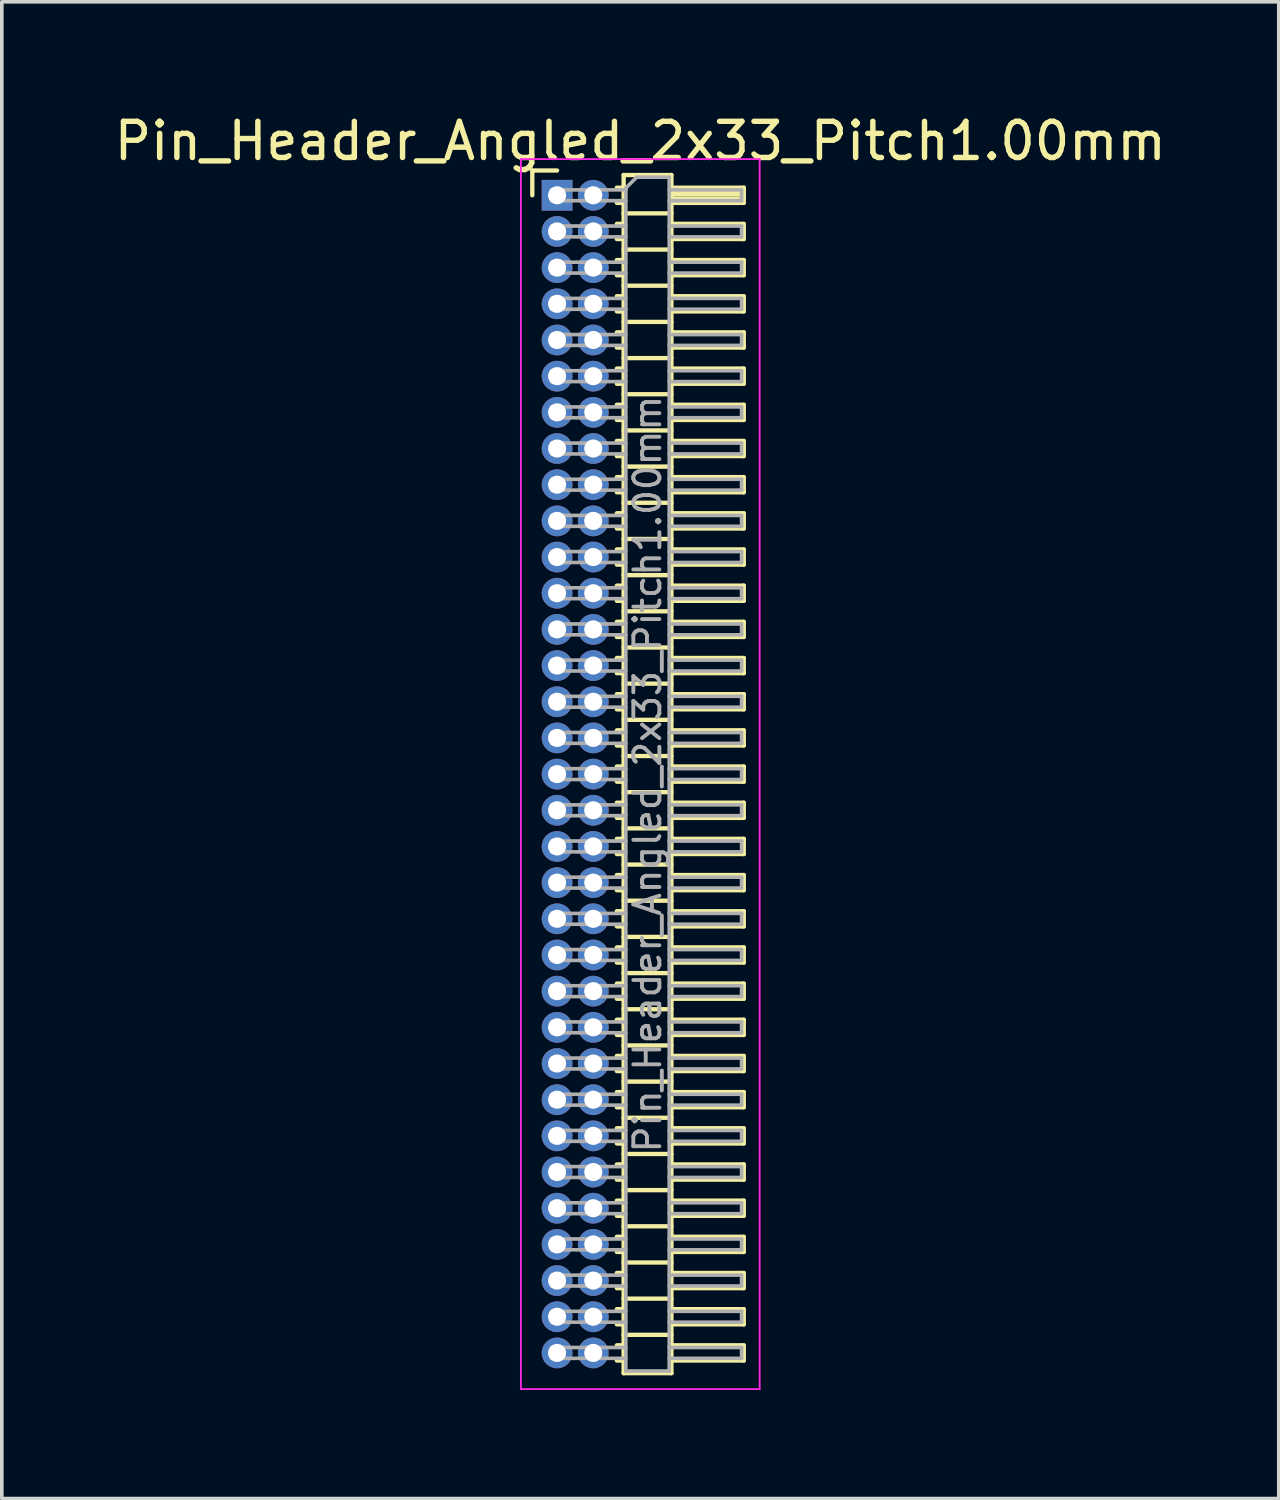
<source format=kicad_pcb>
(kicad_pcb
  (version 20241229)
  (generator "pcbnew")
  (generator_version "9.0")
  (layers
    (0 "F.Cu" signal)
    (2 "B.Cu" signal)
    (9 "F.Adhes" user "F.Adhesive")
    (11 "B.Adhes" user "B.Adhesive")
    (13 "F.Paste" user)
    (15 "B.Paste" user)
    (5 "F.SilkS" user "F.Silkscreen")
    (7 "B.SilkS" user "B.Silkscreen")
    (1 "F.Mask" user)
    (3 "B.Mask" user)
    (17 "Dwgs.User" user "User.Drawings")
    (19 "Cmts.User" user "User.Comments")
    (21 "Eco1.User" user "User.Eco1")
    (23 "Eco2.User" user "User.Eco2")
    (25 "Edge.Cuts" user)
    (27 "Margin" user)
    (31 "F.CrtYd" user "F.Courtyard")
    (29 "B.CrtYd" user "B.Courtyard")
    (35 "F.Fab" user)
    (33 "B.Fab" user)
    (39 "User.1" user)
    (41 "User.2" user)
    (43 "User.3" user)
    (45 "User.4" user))
  (footprint "Pin_Header_Angled_2x33_Pitch1.00mm"
    (layer "F.Cu")
    (at 12.349 2.348)
    (property "Reference" "Pin_Header_Angled_2x33_Pitch1.00mm" (at 2.3 -1.5 0) (layer "F.SilkS") (effects (font (size 1 1) (thickness 0.15))))
    (attr through_hole)
    (fp_line (start -0.685 -0.685) (end 0 -0.685) (stroke (width 0.12) (type solid)) (layer "F.SilkS"))
    (fp_line (start -0.685 0) (end -0.685 -0.685) (stroke (width 0.12) (type solid)) (layer "F.SilkS"))
    (fp_line (start 1.652 -0.21) (end 1.84 -0.21) (stroke (width 0.12) (type solid)) (layer "F.SilkS"))
    (fp_line (start 1.652 0.21) (end 1.84 0.21) (stroke (width 0.12) (type solid)) (layer "F.SilkS"))
    (fp_line (start 1.652 0.79) (end 1.84 0.79) (stroke (width 0.12) (type solid)) (layer "F.SilkS"))
    (fp_line (start 1.652 1.21) (end 1.84 1.21) (stroke (width 0.12) (type solid)) (layer "F.SilkS"))
    (fp_line (start 1.652 1.79) (end 1.84 1.79) (stroke (width 0.12) (type solid)) (layer "F.SilkS"))
    (fp_line (start 1.652 2.21) (end 1.84 2.21) (stroke (width 0.12) (type solid)) (layer "F.SilkS"))
    (fp_line (start 1.652 2.79) (end 1.84 2.79) (stroke (width 0.12) (type solid)) (layer "F.SilkS"))
    (fp_line (start 1.652 3.21) (end 1.84 3.21) (stroke (width 0.12) (type solid)) (layer "F.SilkS"))
    (fp_line (start 1.652 3.79) (end 1.84 3.79) (stroke (width 0.12) (type solid)) (layer "F.SilkS"))
    (fp_line (start 1.652 4.21) (end 1.84 4.21) (stroke (width 0.12) (type solid)) (layer "F.SilkS"))
    (fp_line (start 1.652 4.79) (end 1.84 4.79) (stroke (width 0.12) (type solid)) (layer "F.SilkS"))
    (fp_line (start 1.652 5.21) (end 1.84 5.21) (stroke (width 0.12) (type solid)) (layer "F.SilkS"))
    (fp_line (start 1.652 5.79) (end 1.84 5.79) (stroke (width 0.12) (type solid)) (layer "F.SilkS"))
    (fp_line (start 1.652 6.21) (end 1.84 6.21) (stroke (width 0.12) (type solid)) (layer "F.SilkS"))
    (fp_line (start 1.652 6.79) (end 1.84 6.79) (stroke (width 0.12) (type solid)) (layer "F.SilkS"))
    (fp_line (start 1.652 7.21) (end 1.84 7.21) (stroke (width 0.12) (type solid)) (layer "F.SilkS"))
    (fp_line (start 1.652 7.79) (end 1.84 7.79) (stroke (width 0.12) (type solid)) (layer "F.SilkS"))
    (fp_line (start 1.652 8.21) (end 1.84 8.21) (stroke (width 0.12) (type solid)) (layer "F.SilkS"))
    (fp_line (start 1.652 8.79) (end 1.84 8.79) (stroke (width 0.12) (type solid)) (layer "F.SilkS"))
    (fp_line (start 1.652 9.21) (end 1.84 9.21) (stroke (width 0.12) (type solid)) (layer "F.SilkS"))
    (fp_line (start 1.652 9.79) (end 1.84 9.79) (stroke (width 0.12) (type solid)) (layer "F.SilkS"))
    (fp_line (start 1.652 10.21) (end 1.84 10.21) (stroke (width 0.12) (type solid)) (layer "F.SilkS"))
    (fp_line (start 1.652 10.79) (end 1.84 10.79) (stroke (width 0.12) (type solid)) (layer "F.SilkS"))
    (fp_line (start 1.652 11.21) (end 1.84 11.21) (stroke (width 0.12) (type solid)) (layer "F.SilkS"))
    (fp_line (start 1.652 11.79) (end 1.84 11.79) (stroke (width 0.12) (type solid)) (layer "F.SilkS"))
    (fp_line (start 1.652 12.21) (end 1.84 12.21) (stroke (width 0.12) (type solid)) (layer "F.SilkS"))
    (fp_line (start 1.652 12.79) (end 1.84 12.79) (stroke (width 0.12) (type solid)) (layer "F.SilkS"))
    (fp_line (start 1.652 13.21) (end 1.84 13.21) (stroke (width 0.12) (type solid)) (layer "F.SilkS"))
    (fp_line (start 1.652 13.79) (end 1.84 13.79) (stroke (width 0.12) (type solid)) (layer "F.SilkS"))
    (fp_line (start 1.652 14.21) (end 1.84 14.21) (stroke (width 0.12) (type solid)) (layer "F.SilkS"))
    (fp_line (start 1.652 14.79) (end 1.84 14.79) (stroke (width 0.12) (type solid)) (layer "F.SilkS"))
    (fp_line (start 1.652 15.21) (end 1.84 15.21) (stroke (width 0.12) (type solid)) (layer "F.SilkS"))
    (fp_line (start 1.652 15.79) (end 1.84 15.79) (stroke (width 0.12) (type solid)) (layer "F.SilkS"))
    (fp_line (start 1.652 16.21) (end 1.84 16.21) (stroke (width 0.12) (type solid)) (layer "F.SilkS"))
    (fp_line (start 1.652 16.79) (end 1.84 16.79) (stroke (width 0.12) (type solid)) (layer "F.SilkS"))
    (fp_line (start 1.652 17.21) (end 1.84 17.21) (stroke (width 0.12) (type solid)) (layer "F.SilkS"))
    (fp_line (start 1.652 17.79) (end 1.84 17.79) (stroke (width 0.12) (type solid)) (layer "F.SilkS"))
    (fp_line (start 1.652 18.21) (end 1.84 18.21) (stroke (width 0.12) (type solid)) (layer "F.SilkS"))
    (fp_line (start 1.652 18.79) (end 1.84 18.79) (stroke (width 0.12) (type solid)) (layer "F.SilkS"))
    (fp_line (start 1.652 19.21) (end 1.84 19.21) (stroke (width 0.12) (type solid)) (layer "F.SilkS"))
    (fp_line (start 1.652 19.79) (end 1.84 19.79) (stroke (width 0.12) (type solid)) (layer "F.SilkS"))
    (fp_line (start 1.652 20.21) (end 1.84 20.21) (stroke (width 0.12) (type solid)) (layer "F.SilkS"))
    (fp_line (start 1.652 20.79) (end 1.84 20.79) (stroke (width 0.12) (type solid)) (layer "F.SilkS"))
    (fp_line (start 1.652 21.21) (end 1.84 21.21) (stroke (width 0.12) (type solid)) (layer "F.SilkS"))
    (fp_line (start 1.652 21.79) (end 1.84 21.79) (stroke (width 0.12) (type solid)) (layer "F.SilkS"))
    (fp_line (start 1.652 22.21) (end 1.84 22.21) (stroke (width 0.12) (type solid)) (layer "F.SilkS"))
    (fp_line (start 1.652 22.79) (end 1.84 22.79) (stroke (width 0.12) (type solid)) (layer "F.SilkS"))
    (fp_line (start 1.652 23.21) (end 1.84 23.21) (stroke (width 0.12) (type solid)) (layer "F.SilkS"))
    (fp_line (start 1.652 23.79) (end 1.84 23.79) (stroke (width 0.12) (type solid)) (layer "F.SilkS"))
    (fp_line (start 1.652 24.21) (end 1.84 24.21) (stroke (width 0.12) (type solid)) (layer "F.SilkS"))
    (fp_line (start 1.652 24.79) (end 1.84 24.79) (stroke (width 0.12) (type solid)) (layer "F.SilkS"))
    (fp_line (start 1.652 25.21) (end 1.84 25.21) (stroke (width 0.12) (type solid)) (layer "F.SilkS"))
    (fp_line (start 1.652 25.79) (end 1.84 25.79) (stroke (width 0.12) (type solid)) (layer "F.SilkS"))
    (fp_line (start 1.652 26.21) (end 1.84 26.21) (stroke (width 0.12) (type solid)) (layer "F.SilkS"))
    (fp_line (start 1.652 26.79) (end 1.84 26.79) (stroke (width 0.12) (type solid)) (layer "F.SilkS"))
    (fp_line (start 1.652 27.21) (end 1.84 27.21) (stroke (width 0.12) (type solid)) (layer "F.SilkS"))
    (fp_line (start 1.652 27.79) (end 1.84 27.79) (stroke (width 0.12) (type solid)) (layer "F.SilkS"))
    (fp_line (start 1.652 28.21) (end 1.84 28.21) (stroke (width 0.12) (type solid)) (layer "F.SilkS"))
    (fp_line (start 1.652 28.79) (end 1.84 28.79) (stroke (width 0.12) (type solid)) (layer "F.SilkS"))
    (fp_line (start 1.652 29.21) (end 1.84 29.21) (stroke (width 0.12) (type solid)) (layer "F.SilkS"))
    (fp_line (start 1.652 29.79) (end 1.84 29.79) (stroke (width 0.12) (type solid)) (layer "F.SilkS"))
    (fp_line (start 1.652 30.21) (end 1.84 30.21) (stroke (width 0.12) (type solid)) (layer "F.SilkS"))
    (fp_line (start 1.652 30.79) (end 1.84 30.79) (stroke (width 0.12) (type solid)) (layer "F.SilkS"))
    (fp_line (start 1.652 31.21) (end 1.84 31.21) (stroke (width 0.12) (type solid)) (layer "F.SilkS"))
    (fp_line (start 1.652 31.79) (end 1.84 31.79) (stroke (width 0.12) (type solid)) (layer "F.SilkS"))
    (fp_line (start 1.652 32.21) (end 1.84 32.21) (stroke (width 0.12) (type solid)) (layer "F.SilkS"))
    (fp_line (start 1.84 -0.56) (end 1.84 32.56) (stroke (width 0.12) (type solid)) (layer "F.SilkS"))
    (fp_line (start 1.84 0.5) (end 3.16 0.5) (stroke (width 0.12) (type solid)) (layer "F.SilkS"))
    (fp_line (start 1.84 1.5) (end 3.16 1.5) (stroke (width 0.12) (type solid)) (layer "F.SilkS"))
    (fp_line (start 1.84 2.5) (end 3.16 2.5) (stroke (width 0.12) (type solid)) (layer "F.SilkS"))
    (fp_line (start 1.84 3.5) (end 3.16 3.5) (stroke (width 0.12) (type solid)) (layer "F.SilkS"))
    (fp_line (start 1.84 4.5) (end 3.16 4.5) (stroke (width 0.12) (type solid)) (layer "F.SilkS"))
    (fp_line (start 1.84 5.5) (end 3.16 5.5) (stroke (width 0.12) (type solid)) (layer "F.SilkS"))
    (fp_line (start 1.84 6.5) (end 3.16 6.5) (stroke (width 0.12) (type solid)) (layer "F.SilkS"))
    (fp_line (start 1.84 7.5) (end 3.16 7.5) (stroke (width 0.12) (type solid)) (layer "F.SilkS"))
    (fp_line (start 1.84 8.5) (end 3.16 8.5) (stroke (width 0.12) (type solid)) (layer "F.SilkS"))
    (fp_line (start 1.84 9.5) (end 3.16 9.5) (stroke (width 0.12) (type solid)) (layer "F.SilkS"))
    (fp_line (start 1.84 10.5) (end 3.16 10.5) (stroke (width 0.12) (type solid)) (layer "F.SilkS"))
    (fp_line (start 1.84 11.5) (end 3.16 11.5) (stroke (width 0.12) (type solid)) (layer "F.SilkS"))
    (fp_line (start 1.84 12.5) (end 3.16 12.5) (stroke (width 0.12) (type solid)) (layer "F.SilkS"))
    (fp_line (start 1.84 13.5) (end 3.16 13.5) (stroke (width 0.12) (type solid)) (layer "F.SilkS"))
    (fp_line (start 1.84 14.5) (end 3.16 14.5) (stroke (width 0.12) (type solid)) (layer "F.SilkS"))
    (fp_line (start 1.84 15.5) (end 3.16 15.5) (stroke (width 0.12) (type solid)) (layer "F.SilkS"))
    (fp_line (start 1.84 16.5) (end 3.16 16.5) (stroke (width 0.12) (type solid)) (layer "F.SilkS"))
    (fp_line (start 1.84 17.5) (end 3.16 17.5) (stroke (width 0.12) (type solid)) (layer "F.SilkS"))
    (fp_line (start 1.84 18.5) (end 3.16 18.5) (stroke (width 0.12) (type solid)) (layer "F.SilkS"))
    (fp_line (start 1.84 19.5) (end 3.16 19.5) (stroke (width 0.12) (type solid)) (layer "F.SilkS"))
    (fp_line (start 1.84 20.5) (end 3.16 20.5) (stroke (width 0.12) (type solid)) (layer "F.SilkS"))
    (fp_line (start 1.84 21.5) (end 3.16 21.5) (stroke (width 0.12) (type solid)) (layer "F.SilkS"))
    (fp_line (start 1.84 22.5) (end 3.16 22.5) (stroke (width 0.12) (type solid)) (layer "F.SilkS"))
    (fp_line (start 1.84 23.5) (end 3.16 23.5) (stroke (width 0.12) (type solid)) (layer "F.SilkS"))
    (fp_line (start 1.84 24.5) (end 3.16 24.5) (stroke (width 0.12) (type solid)) (layer "F.SilkS"))
    (fp_line (start 1.84 25.5) (end 3.16 25.5) (stroke (width 0.12) (type solid)) (layer "F.SilkS"))
    (fp_line (start 1.84 26.5) (end 3.16 26.5) (stroke (width 0.12) (type solid)) (layer "F.SilkS"))
    (fp_line (start 1.84 27.5) (end 3.16 27.5) (stroke (width 0.12) (type solid)) (layer "F.SilkS"))
    (fp_line (start 1.84 28.5) (end 3.16 28.5) (stroke (width 0.12) (type solid)) (layer "F.SilkS"))
    (fp_line (start 1.84 29.5) (end 3.16 29.5) (stroke (width 0.12) (type solid)) (layer "F.SilkS"))
    (fp_line (start 1.84 30.5) (end 3.16 30.5) (stroke (width 0.12) (type solid)) (layer "F.SilkS"))
    (fp_line (start 1.84 31.5) (end 3.16 31.5) (stroke (width 0.12) (type solid)) (layer "F.SilkS"))
    (fp_line (start 1.84 32.56) (end 3.16 32.56) (stroke (width 0.12) (type solid)) (layer "F.SilkS"))
    (fp_line (start 3.16 -0.56) (end 1.84 -0.56) (stroke (width 0.12) (type solid)) (layer "F.SilkS"))
    (fp_line (start 3.16 -0.21) (end 5.16 -0.21) (stroke (width 0.12) (type solid)) (layer "F.SilkS"))
    (fp_line (start 3.16 -0.15) (end 5.16 -0.15) (stroke (width 0.12) (type solid)) (layer "F.SilkS"))
    (fp_line (start 3.16 -0.03) (end 5.16 -0.03) (stroke (width 0.12) (type solid)) (layer "F.SilkS"))
    (fp_line (start 3.16 0.09) (end 5.16 0.09) (stroke (width 0.12) (type solid)) (layer "F.SilkS"))
    (fp_line (start 3.16 0.79) (end 5.16 0.79) (stroke (width 0.12) (type solid)) (layer "F.SilkS"))
    (fp_line (start 3.16 1.79) (end 5.16 1.79) (stroke (width 0.12) (type solid)) (layer "F.SilkS"))
    (fp_line (start 3.16 2.79) (end 5.16 2.79) (stroke (width 0.12) (type solid)) (layer "F.SilkS"))
    (fp_line (start 3.16 3.79) (end 5.16 3.79) (stroke (width 0.12) (type solid)) (layer "F.SilkS"))
    (fp_line (start 3.16 4.79) (end 5.16 4.79) (stroke (width 0.12) (type solid)) (layer "F.SilkS"))
    (fp_line (start 3.16 5.79) (end 5.16 5.79) (stroke (width 0.12) (type solid)) (layer "F.SilkS"))
    (fp_line (start 3.16 6.79) (end 5.16 6.79) (stroke (width 0.12) (type solid)) (layer "F.SilkS"))
    (fp_line (start 3.16 7.79) (end 5.16 7.79) (stroke (width 0.12) (type solid)) (layer "F.SilkS"))
    (fp_line (start 3.16 8.79) (end 5.16 8.79) (stroke (width 0.12) (type solid)) (layer "F.SilkS"))
    (fp_line (start 3.16 9.79) (end 5.16 9.79) (stroke (width 0.12) (type solid)) (layer "F.SilkS"))
    (fp_line (start 3.16 10.79) (end 5.16 10.79) (stroke (width 0.12) (type solid)) (layer "F.SilkS"))
    (fp_line (start 3.16 11.79) (end 5.16 11.79) (stroke (width 0.12) (type solid)) (layer "F.SilkS"))
    (fp_line (start 3.16 12.79) (end 5.16 12.79) (stroke (width 0.12) (type solid)) (layer "F.SilkS"))
    (fp_line (start 3.16 13.79) (end 5.16 13.79) (stroke (width 0.12) (type solid)) (layer "F.SilkS"))
    (fp_line (start 3.16 14.79) (end 5.16 14.79) (stroke (width 0.12) (type solid)) (layer "F.SilkS"))
    (fp_line (start 3.16 15.79) (end 5.16 15.79) (stroke (width 0.12) (type solid)) (layer "F.SilkS"))
    (fp_line (start 3.16 16.79) (end 5.16 16.79) (stroke (width 0.12) (type solid)) (layer "F.SilkS"))
    (fp_line (start 3.16 17.79) (end 5.16 17.79) (stroke (width 0.12) (type solid)) (layer "F.SilkS"))
    (fp_line (start 3.16 18.79) (end 5.16 18.79) (stroke (width 0.12) (type solid)) (layer "F.SilkS"))
    (fp_line (start 3.16 19.79) (end 5.16 19.79) (stroke (width 0.12) (type solid)) (layer "F.SilkS"))
    (fp_line (start 3.16 20.79) (end 5.16 20.79) (stroke (width 0.12) (type solid)) (layer "F.SilkS"))
    (fp_line (start 3.16 21.79) (end 5.16 21.79) (stroke (width 0.12) (type solid)) (layer "F.SilkS"))
    (fp_line (start 3.16 22.79) (end 5.16 22.79) (stroke (width 0.12) (type solid)) (layer "F.SilkS"))
    (fp_line (start 3.16 23.79) (end 5.16 23.79) (stroke (width 0.12) (type solid)) (layer "F.SilkS"))
    (fp_line (start 3.16 24.79) (end 5.16 24.79) (stroke (width 0.12) (type solid)) (layer "F.SilkS"))
    (fp_line (start 3.16 25.79) (end 5.16 25.79) (stroke (width 0.12) (type solid)) (layer "F.SilkS"))
    (fp_line (start 3.16 26.79) (end 5.16 26.79) (stroke (width 0.12) (type solid)) (layer "F.SilkS"))
    (fp_line (start 3.16 27.79) (end 5.16 27.79) (stroke (width 0.12) (type solid)) (layer "F.SilkS"))
    (fp_line (start 3.16 28.79) (end 5.16 28.79) (stroke (width 0.12) (type solid)) (layer "F.SilkS"))
    (fp_line (start 3.16 29.79) (end 5.16 29.79) (stroke (width 0.12) (type solid)) (layer "F.SilkS"))
    (fp_line (start 3.16 30.79) (end 5.16 30.79) (stroke (width 0.12) (type solid)) (layer "F.SilkS"))
    (fp_line (start 3.16 31.79) (end 5.16 31.79) (stroke (width 0.12) (type solid)) (layer "F.SilkS"))
    (fp_line (start 3.16 32.56) (end 3.16 -0.56) (stroke (width 0.12) (type solid)) (layer "F.SilkS"))
    (fp_line (start 5.16 -0.21) (end 5.16 0.21) (stroke (width 0.12) (type solid)) (layer "F.SilkS"))
    (fp_line (start 5.16 0.21) (end 3.16 0.21) (stroke (width 0.12) (type solid)) (layer "F.SilkS"))
    (fp_line (start 5.16 0.79) (end 5.16 1.21) (stroke (width 0.12) (type solid)) (layer "F.SilkS"))
    (fp_line (start 5.16 1.21) (end 3.16 1.21) (stroke (width 0.12) (type solid)) (layer "F.SilkS"))
    (fp_line (start 5.16 1.79) (end 5.16 2.21) (stroke (width 0.12) (type solid)) (layer "F.SilkS"))
    (fp_line (start 5.16 2.21) (end 3.16 2.21) (stroke (width 0.12) (type solid)) (layer "F.SilkS"))
    (fp_line (start 5.16 2.79) (end 5.16 3.21) (stroke (width 0.12) (type solid)) (layer "F.SilkS"))
    (fp_line (start 5.16 3.21) (end 3.16 3.21) (stroke (width 0.12) (type solid)) (layer "F.SilkS"))
    (fp_line (start 5.16 3.79) (end 5.16 4.21) (stroke (width 0.12) (type solid)) (layer "F.SilkS"))
    (fp_line (start 5.16 4.21) (end 3.16 4.21) (stroke (width 0.12) (type solid)) (layer "F.SilkS"))
    (fp_line (start 5.16 4.79) (end 5.16 5.21) (stroke (width 0.12) (type solid)) (layer "F.SilkS"))
    (fp_line (start 5.16 5.21) (end 3.16 5.21) (stroke (width 0.12) (type solid)) (layer "F.SilkS"))
    (fp_line (start 5.16 5.79) (end 5.16 6.21) (stroke (width 0.12) (type solid)) (layer "F.SilkS"))
    (fp_line (start 5.16 6.21) (end 3.16 6.21) (stroke (width 0.12) (type solid)) (layer "F.SilkS"))
    (fp_line (start 5.16 6.79) (end 5.16 7.21) (stroke (width 0.12) (type solid)) (layer "F.SilkS"))
    (fp_line (start 5.16 7.21) (end 3.16 7.21) (stroke (width 0.12) (type solid)) (layer "F.SilkS"))
    (fp_line (start 5.16 7.79) (end 5.16 8.21) (stroke (width 0.12) (type solid)) (layer "F.SilkS"))
    (fp_line (start 5.16 8.21) (end 3.16 8.21) (stroke (width 0.12) (type solid)) (layer "F.SilkS"))
    (fp_line (start 5.16 8.79) (end 5.16 9.21) (stroke (width 0.12) (type solid)) (layer "F.SilkS"))
    (fp_line (start 5.16 9.21) (end 3.16 9.21) (stroke (width 0.12) (type solid)) (layer "F.SilkS"))
    (fp_line (start 5.16 9.79) (end 5.16 10.21) (stroke (width 0.12) (type solid)) (layer "F.SilkS"))
    (fp_line (start 5.16 10.21) (end 3.16 10.21) (stroke (width 0.12) (type solid)) (layer "F.SilkS"))
    (fp_line (start 5.16 10.79) (end 5.16 11.21) (stroke (width 0.12) (type solid)) (layer "F.SilkS"))
    (fp_line (start 5.16 11.21) (end 3.16 11.21) (stroke (width 0.12) (type solid)) (layer "F.SilkS"))
    (fp_line (start 5.16 11.79) (end 5.16 12.21) (stroke (width 0.12) (type solid)) (layer "F.SilkS"))
    (fp_line (start 5.16 12.21) (end 3.16 12.21) (stroke (width 0.12) (type solid)) (layer "F.SilkS"))
    (fp_line (start 5.16 12.79) (end 5.16 13.21) (stroke (width 0.12) (type solid)) (layer "F.SilkS"))
    (fp_line (start 5.16 13.21) (end 3.16 13.21) (stroke (width 0.12) (type solid)) (layer "F.SilkS"))
    (fp_line (start 5.16 13.79) (end 5.16 14.21) (stroke (width 0.12) (type solid)) (layer "F.SilkS"))
    (fp_line (start 5.16 14.21) (end 3.16 14.21) (stroke (width 0.12) (type solid)) (layer "F.SilkS"))
    (fp_line (start 5.16 14.79) (end 5.16 15.21) (stroke (width 0.12) (type solid)) (layer "F.SilkS"))
    (fp_line (start 5.16 15.21) (end 3.16 15.21) (stroke (width 0.12) (type solid)) (layer "F.SilkS"))
    (fp_line (start 5.16 15.79) (end 5.16 16.21) (stroke (width 0.12) (type solid)) (layer "F.SilkS"))
    (fp_line (start 5.16 16.21) (end 3.16 16.21) (stroke (width 0.12) (type solid)) (layer "F.SilkS"))
    (fp_line (start 5.16 16.79) (end 5.16 17.21) (stroke (width 0.12) (type solid)) (layer "F.SilkS"))
    (fp_line (start 5.16 17.21) (end 3.16 17.21) (stroke (width 0.12) (type solid)) (layer "F.SilkS"))
    (fp_line (start 5.16 17.79) (end 5.16 18.21) (stroke (width 0.12) (type solid)) (layer "F.SilkS"))
    (fp_line (start 5.16 18.21) (end 3.16 18.21) (stroke (width 0.12) (type solid)) (layer "F.SilkS"))
    (fp_line (start 5.16 18.79) (end 5.16 19.21) (stroke (width 0.12) (type solid)) (layer "F.SilkS"))
    (fp_line (start 5.16 19.21) (end 3.16 19.21) (stroke (width 0.12) (type solid)) (layer "F.SilkS"))
    (fp_line (start 5.16 19.79) (end 5.16 20.21) (stroke (width 0.12) (type solid)) (layer "F.SilkS"))
    (fp_line (start 5.16 20.21) (end 3.16 20.21) (stroke (width 0.12) (type solid)) (layer "F.SilkS"))
    (fp_line (start 5.16 20.79) (end 5.16 21.21) (stroke (width 0.12) (type solid)) (layer "F.SilkS"))
    (fp_line (start 5.16 21.21) (end 3.16 21.21) (stroke (width 0.12) (type solid)) (layer "F.SilkS"))
    (fp_line (start 5.16 21.79) (end 5.16 22.21) (stroke (width 0.12) (type solid)) (layer "F.SilkS"))
    (fp_line (start 5.16 22.21) (end 3.16 22.21) (stroke (width 0.12) (type solid)) (layer "F.SilkS"))
    (fp_line (start 5.16 22.79) (end 5.16 23.21) (stroke (width 0.12) (type solid)) (layer "F.SilkS"))
    (fp_line (start 5.16 23.21) (end 3.16 23.21) (stroke (width 0.12) (type solid)) (layer "F.SilkS"))
    (fp_line (start 5.16 23.79) (end 5.16 24.21) (stroke (width 0.12) (type solid)) (layer "F.SilkS"))
    (fp_line (start 5.16 24.21) (end 3.16 24.21) (stroke (width 0.12) (type solid)) (layer "F.SilkS"))
    (fp_line (start 5.16 24.79) (end 5.16 25.21) (stroke (width 0.12) (type solid)) (layer "F.SilkS"))
    (fp_line (start 5.16 25.21) (end 3.16 25.21) (stroke (width 0.12) (type solid)) (layer "F.SilkS"))
    (fp_line (start 5.16 25.79) (end 5.16 26.21) (stroke (width 0.12) (type solid)) (layer "F.SilkS"))
    (fp_line (start 5.16 26.21) (end 3.16 26.21) (stroke (width 0.12) (type solid)) (layer "F.SilkS"))
    (fp_line (start 5.16 26.79) (end 5.16 27.21) (stroke (width 0.12) (type solid)) (layer "F.SilkS"))
    (fp_line (start 5.16 27.21) (end 3.16 27.21) (stroke (width 0.12) (type solid)) (layer "F.SilkS"))
    (fp_line (start 5.16 27.79) (end 5.16 28.21) (stroke (width 0.12) (type solid)) (layer "F.SilkS"))
    (fp_line (start 5.16 28.21) (end 3.16 28.21) (stroke (width 0.12) (type solid)) (layer "F.SilkS"))
    (fp_line (start 5.16 28.79) (end 5.16 29.21) (stroke (width 0.12) (type solid)) (layer "F.SilkS"))
    (fp_line (start 5.16 29.21) (end 3.16 29.21) (stroke (width 0.12) (type solid)) (layer "F.SilkS"))
    (fp_line (start 5.16 29.79) (end 5.16 30.21) (stroke (width 0.12) (type solid)) (layer "F.SilkS"))
    (fp_line (start 5.16 30.21) (end 3.16 30.21) (stroke (width 0.12) (type solid)) (layer "F.SilkS"))
    (fp_line (start 5.16 30.79) (end 5.16 31.21) (stroke (width 0.12) (type solid)) (layer "F.SilkS"))
    (fp_line (start 5.16 31.21) (end 3.16 31.21) (stroke (width 0.12) (type solid)) (layer "F.SilkS"))
    (fp_line (start 5.16 31.79) (end 5.16 32.21) (stroke (width 0.12) (type solid)) (layer "F.SilkS"))
    (fp_line (start 5.16 32.21) (end 3.16 32.21) (stroke (width 0.12) (type solid)) (layer "F.SilkS"))
    (fp_line (start -1 -1) (end -1 33) (stroke (width 0.05) (type solid)) (layer "F.CrtYd"))
    (fp_line (start -1 33) (end 5.6 33) (stroke (width 0.05) (type solid)) (layer "F.CrtYd"))
    (fp_line (start 5.6 -1) (end -1 -1) (stroke (width 0.05) (type solid)) (layer "F.CrtYd"))
    (fp_line (start 5.6 33) (end 5.6 -1) (stroke (width 0.05) (type solid)) (layer "F.CrtYd"))
    (fp_line (start -0.15 -0.15) (end -0.15 0.15) (stroke (width 0.1) (type solid)) (layer "F.Fab"))
    (fp_line (start -0.15 -0.15) (end 1.9 -0.15) (stroke (width 0.1) (type solid)) (layer "F.Fab"))
    (fp_line (start -0.15 0.15) (end 1.9 0.15) (stroke (width 0.1) (type solid)) (layer "F.Fab"))
    (fp_line (start -0.15 0.85) (end -0.15 1.15) (stroke (width 0.1) (type solid)) (layer "F.Fab"))
    (fp_line (start -0.15 0.85) (end 1.9 0.85) (stroke (width 0.1) (type solid)) (layer "F.Fab"))
    (fp_line (start -0.15 1.15) (end 1.9 1.15) (stroke (width 0.1) (type solid)) (layer "F.Fab"))
    (fp_line (start -0.15 1.85) (end -0.15 2.15) (stroke (width 0.1) (type solid)) (layer "F.Fab"))
    (fp_line (start -0.15 1.85) (end 1.9 1.85) (stroke (width 0.1) (type solid)) (layer "F.Fab"))
    (fp_line (start -0.15 2.15) (end 1.9 2.15) (stroke (width 0.1) (type solid)) (layer "F.Fab"))
    (fp_line (start -0.15 2.85) (end -0.15 3.15) (stroke (width 0.1) (type solid)) (layer "F.Fab"))
    (fp_line (start -0.15 2.85) (end 1.9 2.85) (stroke (width 0.1) (type solid)) (layer "F.Fab"))
    (fp_line (start -0.15 3.15) (end 1.9 3.15) (stroke (width 0.1) (type solid)) (layer "F.Fab"))
    (fp_line (start -0.15 3.85) (end -0.15 4.15) (stroke (width 0.1) (type solid)) (layer "F.Fab"))
    (fp_line (start -0.15 3.85) (end 1.9 3.85) (stroke (width 0.1) (type solid)) (layer "F.Fab"))
    (fp_line (start -0.15 4.15) (end 1.9 4.15) (stroke (width 0.1) (type solid)) (layer "F.Fab"))
    (fp_line (start -0.15 4.85) (end -0.15 5.15) (stroke (width 0.1) (type solid)) (layer "F.Fab"))
    (fp_line (start -0.15 4.85) (end 1.9 4.85) (stroke (width 0.1) (type solid)) (layer "F.Fab"))
    (fp_line (start -0.15 5.15) (end 1.9 5.15) (stroke (width 0.1) (type solid)) (layer "F.Fab"))
    (fp_line (start -0.15 5.85) (end -0.15 6.15) (stroke (width 0.1) (type solid)) (layer "F.Fab"))
    (fp_line (start -0.15 5.85) (end 1.9 5.85) (stroke (width 0.1) (type solid)) (layer "F.Fab"))
    (fp_line (start -0.15 6.15) (end 1.9 6.15) (stroke (width 0.1) (type solid)) (layer "F.Fab"))
    (fp_line (start -0.15 6.85) (end -0.15 7.15) (stroke (width 0.1) (type solid)) (layer "F.Fab"))
    (fp_line (start -0.15 6.85) (end 1.9 6.85) (stroke (width 0.1) (type solid)) (layer "F.Fab"))
    (fp_line (start -0.15 7.15) (end 1.9 7.15) (stroke (width 0.1) (type solid)) (layer "F.Fab"))
    (fp_line (start -0.15 7.85) (end -0.15 8.15) (stroke (width 0.1) (type solid)) (layer "F.Fab"))
    (fp_line (start -0.15 7.85) (end 1.9 7.85) (stroke (width 0.1) (type solid)) (layer "F.Fab"))
    (fp_line (start -0.15 8.15) (end 1.9 8.15) (stroke (width 0.1) (type solid)) (layer "F.Fab"))
    (fp_line (start -0.15 8.85) (end -0.15 9.15) (stroke (width 0.1) (type solid)) (layer "F.Fab"))
    (fp_line (start -0.15 8.85) (end 1.9 8.85) (stroke (width 0.1) (type solid)) (layer "F.Fab"))
    (fp_line (start -0.15 9.15) (end 1.9 9.15) (stroke (width 0.1) (type solid)) (layer "F.Fab"))
    (fp_line (start -0.15 9.85) (end -0.15 10.15) (stroke (width 0.1) (type solid)) (layer "F.Fab"))
    (fp_line (start -0.15 9.85) (end 1.9 9.85) (stroke (width 0.1) (type solid)) (layer "F.Fab"))
    (fp_line (start -0.15 10.15) (end 1.9 10.15) (stroke (width 0.1) (type solid)) (layer "F.Fab"))
    (fp_line (start -0.15 10.85) (end -0.15 11.15) (stroke (width 0.1) (type solid)) (layer "F.Fab"))
    (fp_line (start -0.15 10.85) (end 1.9 10.85) (stroke (width 0.1) (type solid)) (layer "F.Fab"))
    (fp_line (start -0.15 11.15) (end 1.9 11.15) (stroke (width 0.1) (type solid)) (layer "F.Fab"))
    (fp_line (start -0.15 11.85) (end -0.15 12.15) (stroke (width 0.1) (type solid)) (layer "F.Fab"))
    (fp_line (start -0.15 11.85) (end 1.9 11.85) (stroke (width 0.1) (type solid)) (layer "F.Fab"))
    (fp_line (start -0.15 12.15) (end 1.9 12.15) (stroke (width 0.1) (type solid)) (layer "F.Fab"))
    (fp_line (start -0.15 12.85) (end -0.15 13.15) (stroke (width 0.1) (type solid)) (layer "F.Fab"))
    (fp_line (start -0.15 12.85) (end 1.9 12.85) (stroke (width 0.1) (type solid)) (layer "F.Fab"))
    (fp_line (start -0.15 13.15) (end 1.9 13.15) (stroke (width 0.1) (type solid)) (layer "F.Fab"))
    (fp_line (start -0.15 13.85) (end -0.15 14.15) (stroke (width 0.1) (type solid)) (layer "F.Fab"))
    (fp_line (start -0.15 13.85) (end 1.9 13.85) (stroke (width 0.1) (type solid)) (layer "F.Fab"))
    (fp_line (start -0.15 14.15) (end 1.9 14.15) (stroke (width 0.1) (type solid)) (layer "F.Fab"))
    (fp_line (start -0.15 14.85) (end -0.15 15.15) (stroke (width 0.1) (type solid)) (layer "F.Fab"))
    (fp_line (start -0.15 14.85) (end 1.9 14.85) (stroke (width 0.1) (type solid)) (layer "F.Fab"))
    (fp_line (start -0.15 15.15) (end 1.9 15.15) (stroke (width 0.1) (type solid)) (layer "F.Fab"))
    (fp_line (start -0.15 15.85) (end -0.15 16.15) (stroke (width 0.1) (type solid)) (layer "F.Fab"))
    (fp_line (start -0.15 15.85) (end 1.9 15.85) (stroke (width 0.1) (type solid)) (layer "F.Fab"))
    (fp_line (start -0.15 16.15) (end 1.9 16.15) (stroke (width 0.1) (type solid)) (layer "F.Fab"))
    (fp_line (start -0.15 16.85) (end -0.15 17.15) (stroke (width 0.1) (type solid)) (layer "F.Fab"))
    (fp_line (start -0.15 16.85) (end 1.9 16.85) (stroke (width 0.1) (type solid)) (layer "F.Fab"))
    (fp_line (start -0.15 17.15) (end 1.9 17.15) (stroke (width 0.1) (type solid)) (layer "F.Fab"))
    (fp_line (start -0.15 17.85) (end -0.15 18.15) (stroke (width 0.1) (type solid)) (layer "F.Fab"))
    (fp_line (start -0.15 17.85) (end 1.9 17.85) (stroke (width 0.1) (type solid)) (layer "F.Fab"))
    (fp_line (start -0.15 18.15) (end 1.9 18.15) (stroke (width 0.1) (type solid)) (layer "F.Fab"))
    (fp_line (start -0.15 18.85) (end -0.15 19.15) (stroke (width 0.1) (type solid)) (layer "F.Fab"))
    (fp_line (start -0.15 18.85) (end 1.9 18.85) (stroke (width 0.1) (type solid)) (layer "F.Fab"))
    (fp_line (start -0.15 19.15) (end 1.9 19.15) (stroke (width 0.1) (type solid)) (layer "F.Fab"))
    (fp_line (start -0.15 19.85) (end -0.15 20.15) (stroke (width 0.1) (type solid)) (layer "F.Fab"))
    (fp_line (start -0.15 19.85) (end 1.9 19.85) (stroke (width 0.1) (type solid)) (layer "F.Fab"))
    (fp_line (start -0.15 20.15) (end 1.9 20.15) (stroke (width 0.1) (type solid)) (layer "F.Fab"))
    (fp_line (start -0.15 20.85) (end -0.15 21.15) (stroke (width 0.1) (type solid)) (layer "F.Fab"))
    (fp_line (start -0.15 20.85) (end 1.9 20.85) (stroke (width 0.1) (type solid)) (layer "F.Fab"))
    (fp_line (start -0.15 21.15) (end 1.9 21.15) (stroke (width 0.1) (type solid)) (layer "F.Fab"))
    (fp_line (start -0.15 21.85) (end -0.15 22.15) (stroke (width 0.1) (type solid)) (layer "F.Fab"))
    (fp_line (start -0.15 21.85) (end 1.9 21.85) (stroke (width 0.1) (type solid)) (layer "F.Fab"))
    (fp_line (start -0.15 22.15) (end 1.9 22.15) (stroke (width 0.1) (type solid)) (layer "F.Fab"))
    (fp_line (start -0.15 22.85) (end -0.15 23.15) (stroke (width 0.1) (type solid)) (layer "F.Fab"))
    (fp_line (start -0.15 22.85) (end 1.9 22.85) (stroke (width 0.1) (type solid)) (layer "F.Fab"))
    (fp_line (start -0.15 23.15) (end 1.9 23.15) (stroke (width 0.1) (type solid)) (layer "F.Fab"))
    (fp_line (start -0.15 23.85) (end -0.15 24.15) (stroke (width 0.1) (type solid)) (layer "F.Fab"))
    (fp_line (start -0.15 23.85) (end 1.9 23.85) (stroke (width 0.1) (type solid)) (layer "F.Fab"))
    (fp_line (start -0.15 24.15) (end 1.9 24.15) (stroke (width 0.1) (type solid)) (layer "F.Fab"))
    (fp_line (start -0.15 24.85) (end -0.15 25.15) (stroke (width 0.1) (type solid)) (layer "F.Fab"))
    (fp_line (start -0.15 24.85) (end 1.9 24.85) (stroke (width 0.1) (type solid)) (layer "F.Fab"))
    (fp_line (start -0.15 25.15) (end 1.9 25.15) (stroke (width 0.1) (type solid)) (layer "F.Fab"))
    (fp_line (start -0.15 25.85) (end -0.15 26.15) (stroke (width 0.1) (type solid)) (layer "F.Fab"))
    (fp_line (start -0.15 25.85) (end 1.9 25.85) (stroke (width 0.1) (type solid)) (layer "F.Fab"))
    (fp_line (start -0.15 26.15) (end 1.9 26.15) (stroke (width 0.1) (type solid)) (layer "F.Fab"))
    (fp_line (start -0.15 26.85) (end -0.15 27.15) (stroke (width 0.1) (type solid)) (layer "F.Fab"))
    (fp_line (start -0.15 26.85) (end 1.9 26.85) (stroke (width 0.1) (type solid)) (layer "F.Fab"))
    (fp_line (start -0.15 27.15) (end 1.9 27.15) (stroke (width 0.1) (type solid)) (layer "F.Fab"))
    (fp_line (start -0.15 27.85) (end -0.15 28.15) (stroke (width 0.1) (type solid)) (layer "F.Fab"))
    (fp_line (start -0.15 27.85) (end 1.9 27.85) (stroke (width 0.1) (type solid)) (layer "F.Fab"))
    (fp_line (start -0.15 28.15) (end 1.9 28.15) (stroke (width 0.1) (type solid)) (layer "F.Fab"))
    (fp_line (start -0.15 28.85) (end -0.15 29.15) (stroke (width 0.1) (type solid)) (layer "F.Fab"))
    (fp_line (start -0.15 28.85) (end 1.9 28.85) (stroke (width 0.1) (type solid)) (layer "F.Fab"))
    (fp_line (start -0.15 29.15) (end 1.9 29.15) (stroke (width 0.1) (type solid)) (layer "F.Fab"))
    (fp_line (start -0.15 29.85) (end -0.15 30.15) (stroke (width 0.1) (type solid)) (layer "F.Fab"))
    (fp_line (start -0.15 29.85) (end 1.9 29.85) (stroke (width 0.1) (type solid)) (layer "F.Fab"))
    (fp_line (start -0.15 30.15) (end 1.9 30.15) (stroke (width 0.1) (type solid)) (layer "F.Fab"))
    (fp_line (start -0.15 30.85) (end -0.15 31.15) (stroke (width 0.1) (type solid)) (layer "F.Fab"))
    (fp_line (start -0.15 30.85) (end 1.9 30.85) (stroke (width 0.1) (type solid)) (layer "F.Fab"))
    (fp_line (start -0.15 31.15) (end 1.9 31.15) (stroke (width 0.1) (type solid)) (layer "F.Fab"))
    (fp_line (start -0.15 31.85) (end -0.15 32.15) (stroke (width 0.1) (type solid)) (layer "F.Fab"))
    (fp_line (start -0.15 31.85) (end 1.9 31.85) (stroke (width 0.1) (type solid)) (layer "F.Fab"))
    (fp_line (start -0.15 32.15) (end 1.9 32.15) (stroke (width 0.1) (type solid)) (layer "F.Fab"))
    (fp_line (start 1.9 -0.2) (end 2.2 -0.5) (stroke (width 0.1) (type solid)) (layer "F.Fab"))
    (fp_line (start 1.9 32.5) (end 1.9 -0.2) (stroke (width 0.1) (type solid)) (layer "F.Fab"))
    (fp_line (start 2.2 -0.5) (end 3.1 -0.5) (stroke (width 0.1) (type solid)) (layer "F.Fab"))
    (fp_line (start 3.1 -0.5) (end 3.1 32.5) (stroke (width 0.1) (type solid)) (layer "F.Fab"))
    (fp_line (start 3.1 -0.15) (end 5.1 -0.15) (stroke (width 0.1) (type solid)) (layer "F.Fab"))
    (fp_line (start 3.1 0.15) (end 5.1 0.15) (stroke (width 0.1) (type solid)) (layer "F.Fab"))
    (fp_line (start 3.1 0.85) (end 5.1 0.85) (stroke (width 0.1) (type solid)) (layer "F.Fab"))
    (fp_line (start 3.1 1.15) (end 5.1 1.15) (stroke (width 0.1) (type solid)) (layer "F.Fab"))
    (fp_line (start 3.1 1.85) (end 5.1 1.85) (stroke (width 0.1) (type solid)) (layer "F.Fab"))
    (fp_line (start 3.1 2.15) (end 5.1 2.15) (stroke (width 0.1) (type solid)) (layer "F.Fab"))
    (fp_line (start 3.1 2.85) (end 5.1 2.85) (stroke (width 0.1) (type solid)) (layer "F.Fab"))
    (fp_line (start 3.1 3.15) (end 5.1 3.15) (stroke (width 0.1) (type solid)) (layer "F.Fab"))
    (fp_line (start 3.1 3.85) (end 5.1 3.85) (stroke (width 0.1) (type solid)) (layer "F.Fab"))
    (fp_line (start 3.1 4.15) (end 5.1 4.15) (stroke (width 0.1) (type solid)) (layer "F.Fab"))
    (fp_line (start 3.1 4.85) (end 5.1 4.85) (stroke (width 0.1) (type solid)) (layer "F.Fab"))
    (fp_line (start 3.1 5.15) (end 5.1 5.15) (stroke (width 0.1) (type solid)) (layer "F.Fab"))
    (fp_line (start 3.1 5.85) (end 5.1 5.85) (stroke (width 0.1) (type solid)) (layer "F.Fab"))
    (fp_line (start 3.1 6.15) (end 5.1 6.15) (stroke (width 0.1) (type solid)) (layer "F.Fab"))
    (fp_line (start 3.1 6.85) (end 5.1 6.85) (stroke (width 0.1) (type solid)) (layer "F.Fab"))
    (fp_line (start 3.1 7.15) (end 5.1 7.15) (stroke (width 0.1) (type solid)) (layer "F.Fab"))
    (fp_line (start 3.1 7.85) (end 5.1 7.85) (stroke (width 0.1) (type solid)) (layer "F.Fab"))
    (fp_line (start 3.1 8.15) (end 5.1 8.15) (stroke (width 0.1) (type solid)) (layer "F.Fab"))
    (fp_line (start 3.1 8.85) (end 5.1 8.85) (stroke (width 0.1) (type solid)) (layer "F.Fab"))
    (fp_line (start 3.1 9.15) (end 5.1 9.15) (stroke (width 0.1) (type solid)) (layer "F.Fab"))
    (fp_line (start 3.1 9.85) (end 5.1 9.85) (stroke (width 0.1) (type solid)) (layer "F.Fab"))
    (fp_line (start 3.1 10.15) (end 5.1 10.15) (stroke (width 0.1) (type solid)) (layer "F.Fab"))
    (fp_line (start 3.1 10.85) (end 5.1 10.85) (stroke (width 0.1) (type solid)) (layer "F.Fab"))
    (fp_line (start 3.1 11.15) (end 5.1 11.15) (stroke (width 0.1) (type solid)) (layer "F.Fab"))
    (fp_line (start 3.1 11.85) (end 5.1 11.85) (stroke (width 0.1) (type solid)) (layer "F.Fab"))
    (fp_line (start 3.1 12.15) (end 5.1 12.15) (stroke (width 0.1) (type solid)) (layer "F.Fab"))
    (fp_line (start 3.1 12.85) (end 5.1 12.85) (stroke (width 0.1) (type solid)) (layer "F.Fab"))
    (fp_line (start 3.1 13.15) (end 5.1 13.15) (stroke (width 0.1) (type solid)) (layer "F.Fab"))
    (fp_line (start 3.1 13.85) (end 5.1 13.85) (stroke (width 0.1) (type solid)) (layer "F.Fab"))
    (fp_line (start 3.1 14.15) (end 5.1 14.15) (stroke (width 0.1) (type solid)) (layer "F.Fab"))
    (fp_line (start 3.1 14.85) (end 5.1 14.85) (stroke (width 0.1) (type solid)) (layer "F.Fab"))
    (fp_line (start 3.1 15.15) (end 5.1 15.15) (stroke (width 0.1) (type solid)) (layer "F.Fab"))
    (fp_line (start 3.1 15.85) (end 5.1 15.85) (stroke (width 0.1) (type solid)) (layer "F.Fab"))
    (fp_line (start 3.1 16.15) (end 5.1 16.15) (stroke (width 0.1) (type solid)) (layer "F.Fab"))
    (fp_line (start 3.1 16.85) (end 5.1 16.85) (stroke (width 0.1) (type solid)) (layer "F.Fab"))
    (fp_line (start 3.1 17.15) (end 5.1 17.15) (stroke (width 0.1) (type solid)) (layer "F.Fab"))
    (fp_line (start 3.1 17.85) (end 5.1 17.85) (stroke (width 0.1) (type solid)) (layer "F.Fab"))
    (fp_line (start 3.1 18.15) (end 5.1 18.15) (stroke (width 0.1) (type solid)) (layer "F.Fab"))
    (fp_line (start 3.1 18.85) (end 5.1 18.85) (stroke (width 0.1) (type solid)) (layer "F.Fab"))
    (fp_line (start 3.1 19.15) (end 5.1 19.15) (stroke (width 0.1) (type solid)) (layer "F.Fab"))
    (fp_line (start 3.1 19.85) (end 5.1 19.85) (stroke (width 0.1) (type solid)) (layer "F.Fab"))
    (fp_line (start 3.1 20.15) (end 5.1 20.15) (stroke (width 0.1) (type solid)) (layer "F.Fab"))
    (fp_line (start 3.1 20.85) (end 5.1 20.85) (stroke (width 0.1) (type solid)) (layer "F.Fab"))
    (fp_line (start 3.1 21.15) (end 5.1 21.15) (stroke (width 0.1) (type solid)) (layer "F.Fab"))
    (fp_line (start 3.1 21.85) (end 5.1 21.85) (stroke (width 0.1) (type solid)) (layer "F.Fab"))
    (fp_line (start 3.1 22.15) (end 5.1 22.15) (stroke (width 0.1) (type solid)) (layer "F.Fab"))
    (fp_line (start 3.1 22.85) (end 5.1 22.85) (stroke (width 0.1) (type solid)) (layer "F.Fab"))
    (fp_line (start 3.1 23.15) (end 5.1 23.15) (stroke (width 0.1) (type solid)) (layer "F.Fab"))
    (fp_line (start 3.1 23.85) (end 5.1 23.85) (stroke (width 0.1) (type solid)) (layer "F.Fab"))
    (fp_line (start 3.1 24.15) (end 5.1 24.15) (stroke (width 0.1) (type solid)) (layer "F.Fab"))
    (fp_line (start 3.1 24.85) (end 5.1 24.85) (stroke (width 0.1) (type solid)) (layer "F.Fab"))
    (fp_line (start 3.1 25.15) (end 5.1 25.15) (stroke (width 0.1) (type solid)) (layer "F.Fab"))
    (fp_line (start 3.1 25.85) (end 5.1 25.85) (stroke (width 0.1) (type solid)) (layer "F.Fab"))
    (fp_line (start 3.1 26.15) (end 5.1 26.15) (stroke (width 0.1) (type solid)) (layer "F.Fab"))
    (fp_line (start 3.1 26.85) (end 5.1 26.85) (stroke (width 0.1) (type solid)) (layer "F.Fab"))
    (fp_line (start 3.1 27.15) (end 5.1 27.15) (stroke (width 0.1) (type solid)) (layer "F.Fab"))
    (fp_line (start 3.1 27.85) (end 5.1 27.85) (stroke (width 0.1) (type solid)) (layer "F.Fab"))
    (fp_line (start 3.1 28.15) (end 5.1 28.15) (stroke (width 0.1) (type solid)) (layer "F.Fab"))
    (fp_line (start 3.1 28.85) (end 5.1 28.85) (stroke (width 0.1) (type solid)) (layer "F.Fab"))
    (fp_line (start 3.1 29.15) (end 5.1 29.15) (stroke (width 0.1) (type solid)) (layer "F.Fab"))
    (fp_line (start 3.1 29.85) (end 5.1 29.85) (stroke (width 0.1) (type solid)) (layer "F.Fab"))
    (fp_line (start 3.1 30.15) (end 5.1 30.15) (stroke (width 0.1) (type solid)) (layer "F.Fab"))
    (fp_line (start 3.1 30.85) (end 5.1 30.85) (stroke (width 0.1) (type solid)) (layer "F.Fab"))
    (fp_line (start 3.1 31.15) (end 5.1 31.15) (stroke (width 0.1) (type solid)) (layer "F.Fab"))
    (fp_line (start 3.1 31.85) (end 5.1 31.85) (stroke (width 0.1) (type solid)) (layer "F.Fab"))
    (fp_line (start 3.1 32.15) (end 5.1 32.15) (stroke (width 0.1) (type solid)) (layer "F.Fab"))
    (fp_line (start 3.1 32.5) (end 1.9 32.5) (stroke (width 0.1) (type solid)) (layer "F.Fab"))
    (fp_line (start 5.1 -0.15) (end 5.1 0.15) (stroke (width 0.1) (type solid)) (layer "F.Fab"))
    (fp_line (start 5.1 0.85) (end 5.1 1.15) (stroke (width 0.1) (type solid)) (layer "F.Fab"))
    (fp_line (start 5.1 1.85) (end 5.1 2.15) (stroke (width 0.1) (type solid)) (layer "F.Fab"))
    (fp_line (start 5.1 2.85) (end 5.1 3.15) (stroke (width 0.1) (type solid)) (layer "F.Fab"))
    (fp_line (start 5.1 3.85) (end 5.1 4.15) (stroke (width 0.1) (type solid)) (layer "F.Fab"))
    (fp_line (start 5.1 4.85) (end 5.1 5.15) (stroke (width 0.1) (type solid)) (layer "F.Fab"))
    (fp_line (start 5.1 5.85) (end 5.1 6.15) (stroke (width 0.1) (type solid)) (layer "F.Fab"))
    (fp_line (start 5.1 6.85) (end 5.1 7.15) (stroke (width 0.1) (type solid)) (layer "F.Fab"))
    (fp_line (start 5.1 7.85) (end 5.1 8.15) (stroke (width 0.1) (type solid)) (layer "F.Fab"))
    (fp_line (start 5.1 8.85) (end 5.1 9.15) (stroke (width 0.1) (type solid)) (layer "F.Fab"))
    (fp_line (start 5.1 9.85) (end 5.1 10.15) (stroke (width 0.1) (type solid)) (layer "F.Fab"))
    (fp_line (start 5.1 10.85) (end 5.1 11.15) (stroke (width 0.1) (type solid)) (layer "F.Fab"))
    (fp_line (start 5.1 11.85) (end 5.1 12.15) (stroke (width 0.1) (type solid)) (layer "F.Fab"))
    (fp_line (start 5.1 12.85) (end 5.1 13.15) (stroke (width 0.1) (type solid)) (layer "F.Fab"))
    (fp_line (start 5.1 13.85) (end 5.1 14.15) (stroke (width 0.1) (type solid)) (layer "F.Fab"))
    (fp_line (start 5.1 14.85) (end 5.1 15.15) (stroke (width 0.1) (type solid)) (layer "F.Fab"))
    (fp_line (start 5.1 15.85) (end 5.1 16.15) (stroke (width 0.1) (type solid)) (layer "F.Fab"))
    (fp_line (start 5.1 16.85) (end 5.1 17.15) (stroke (width 0.1) (type solid)) (layer "F.Fab"))
    (fp_line (start 5.1 17.85) (end 5.1 18.15) (stroke (width 0.1) (type solid)) (layer "F.Fab"))
    (fp_line (start 5.1 18.85) (end 5.1 19.15) (stroke (width 0.1) (type solid)) (layer "F.Fab"))
    (fp_line (start 5.1 19.85) (end 5.1 20.15) (stroke (width 0.1) (type solid)) (layer "F.Fab"))
    (fp_line (start 5.1 20.85) (end 5.1 21.15) (stroke (width 0.1) (type solid)) (layer "F.Fab"))
    (fp_line (start 5.1 21.85) (end 5.1 22.15) (stroke (width 0.1) (type solid)) (layer "F.Fab"))
    (fp_line (start 5.1 22.85) (end 5.1 23.15) (stroke (width 0.1) (type solid)) (layer "F.Fab"))
    (fp_line (start 5.1 23.85) (end 5.1 24.15) (stroke (width 0.1) (type solid)) (layer "F.Fab"))
    (fp_line (start 5.1 24.85) (end 5.1 25.15) (stroke (width 0.1) (type solid)) (layer "F.Fab"))
    (fp_line (start 5.1 25.85) (end 5.1 26.15) (stroke (width 0.1) (type solid)) (layer "F.Fab"))
    (fp_line (start 5.1 26.85) (end 5.1 27.15) (stroke (width 0.1) (type solid)) (layer "F.Fab"))
    (fp_line (start 5.1 27.85) (end 5.1 28.15) (stroke (width 0.1) (type solid)) (layer "F.Fab"))
    (fp_line (start 5.1 28.85) (end 5.1 29.15) (stroke (width 0.1) (type solid)) (layer "F.Fab"))
    (fp_line (start 5.1 29.85) (end 5.1 30.15) (stroke (width 0.1) (type solid)) (layer "F.Fab"))
    (fp_line (start 5.1 30.85) (end 5.1 31.15) (stroke (width 0.1) (type solid)) (layer "F.Fab"))
    (fp_line (start 5.1 31.85) (end 5.1 32.15) (stroke (width 0.1) (type solid)) (layer "F.Fab"))
    (fp_text user "${REFERENCE}" (at 2.5 16 90) (layer "F.Fab") (effects (font (size 0.72 0.72) (thickness 0.108))))
    (pad "1" thru_hole rect (at 0 0) (size 0.85 0.85) (drill 0.5) (layers "*.Cu" "*.Mask"))
    (pad "2" thru_hole oval (at 1 0) (size 0.85 0.85) (drill 0.5) (layers "*.Cu" "*.Mask"))
    (pad "3" thru_hole oval (at 0 1) (size 0.85 0.85) (drill 0.5) (layers "*.Cu" "*.Mask"))
    (pad "4" thru_hole oval (at 1 1) (size 0.85 0.85) (drill 0.5) (layers "*.Cu" "*.Mask"))
    (pad "5" thru_hole oval (at 0 2) (size 0.85 0.85) (drill 0.5) (layers "*.Cu" "*.Mask"))
    (pad "6" thru_hole oval (at 1 2) (size 0.85 0.85) (drill 0.5) (layers "*.Cu" "*.Mask"))
    (pad "7" thru_hole oval (at 0 3) (size 0.85 0.85) (drill 0.5) (layers "*.Cu" "*.Mask"))
    (pad "8" thru_hole oval (at 1 3) (size 0.85 0.85) (drill 0.5) (layers "*.Cu" "*.Mask"))
    (pad "9" thru_hole oval (at 0 4) (size 0.85 0.85) (drill 0.5) (layers "*.Cu" "*.Mask"))
    (pad "10" thru_hole oval (at 1 4) (size 0.85 0.85) (drill 0.5) (layers "*.Cu" "*.Mask"))
    (pad "11" thru_hole oval (at 0 5) (size 0.85 0.85) (drill 0.5) (layers "*.Cu" "*.Mask"))
    (pad "12" thru_hole oval (at 1 5) (size 0.85 0.85) (drill 0.5) (layers "*.Cu" "*.Mask"))
    (pad "13" thru_hole oval (at 0 6) (size 0.85 0.85) (drill 0.5) (layers "*.Cu" "*.Mask"))
    (pad "14" thru_hole oval (at 1 6) (size 0.85 0.85) (drill 0.5) (layers "*.Cu" "*.Mask"))
    (pad "15" thru_hole oval (at 0 7) (size 0.85 0.85) (drill 0.5) (layers "*.Cu" "*.Mask"))
    (pad "16" thru_hole oval (at 1 7) (size 0.85 0.85) (drill 0.5) (layers "*.Cu" "*.Mask"))
    (pad "17" thru_hole oval (at 0 8) (size 0.85 0.85) (drill 0.5) (layers "*.Cu" "*.Mask"))
    (pad "18" thru_hole oval (at 1 8) (size 0.85 0.85) (drill 0.5) (layers "*.Cu" "*.Mask"))
    (pad "19" thru_hole oval (at 0 9) (size 0.85 0.85) (drill 0.5) (layers "*.Cu" "*.Mask"))
    (pad "20" thru_hole oval (at 1 9) (size 0.85 0.85) (drill 0.5) (layers "*.Cu" "*.Mask"))
    (pad "21" thru_hole oval (at 0 10) (size 0.85 0.85) (drill 0.5) (layers "*.Cu" "*.Mask"))
    (pad "22" thru_hole oval (at 1 10) (size 0.85 0.85) (drill 0.5) (layers "*.Cu" "*.Mask"))
    (pad "23" thru_hole oval (at 0 11) (size 0.85 0.85) (drill 0.5) (layers "*.Cu" "*.Mask"))
    (pad "24" thru_hole oval (at 1 11) (size 0.85 0.85) (drill 0.5) (layers "*.Cu" "*.Mask"))
    (pad "25" thru_hole oval (at 0 12) (size 0.85 0.85) (drill 0.5) (layers "*.Cu" "*.Mask"))
    (pad "26" thru_hole oval (at 1 12) (size 0.85 0.85) (drill 0.5) (layers "*.Cu" "*.Mask"))
    (pad "27" thru_hole oval (at 0 13) (size 0.85 0.85) (drill 0.5) (layers "*.Cu" "*.Mask"))
    (pad "28" thru_hole oval (at 1 13) (size 0.85 0.85) (drill 0.5) (layers "*.Cu" "*.Mask"))
    (pad "29" thru_hole oval (at 0 14) (size 0.85 0.85) (drill 0.5) (layers "*.Cu" "*.Mask"))
    (pad "30" thru_hole oval (at 1 14) (size 0.85 0.85) (drill 0.5) (layers "*.Cu" "*.Mask"))
    (pad "31" thru_hole oval (at 0 15) (size 0.85 0.85) (drill 0.5) (layers "*.Cu" "*.Mask"))
    (pad "32" thru_hole oval (at 1 15) (size 0.85 0.85) (drill 0.5) (layers "*.Cu" "*.Mask"))
    (pad "33" thru_hole oval (at 0 16) (size 0.85 0.85) (drill 0.5) (layers "*.Cu" "*.Mask"))
    (pad "34" thru_hole oval (at 1 16) (size 0.85 0.85) (drill 0.5) (layers "*.Cu" "*.Mask"))
    (pad "35" thru_hole oval (at 0 17) (size 0.85 0.85) (drill 0.5) (layers "*.Cu" "*.Mask"))
    (pad "36" thru_hole oval (at 1 17) (size 0.85 0.85) (drill 0.5) (layers "*.Cu" "*.Mask"))
    (pad "37" thru_hole oval (at 0 18) (size 0.85 0.85) (drill 0.5) (layers "*.Cu" "*.Mask"))
    (pad "38" thru_hole oval (at 1 18) (size 0.85 0.85) (drill 0.5) (layers "*.Cu" "*.Mask"))
    (pad "39" thru_hole oval (at 0 19) (size 0.85 0.85) (drill 0.5) (layers "*.Cu" "*.Mask"))
    (pad "40" thru_hole oval (at 1 19) (size 0.85 0.85) (drill 0.5) (layers "*.Cu" "*.Mask"))
    (pad "41" thru_hole oval (at 0 20) (size 0.85 0.85) (drill 0.5) (layers "*.Cu" "*.Mask"))
    (pad "42" thru_hole oval (at 1 20) (size 0.85 0.85) (drill 0.5) (layers "*.Cu" "*.Mask"))
    (pad "43" thru_hole oval (at 0 21) (size 0.85 0.85) (drill 0.5) (layers "*.Cu" "*.Mask"))
    (pad "44" thru_hole oval (at 1 21) (size 0.85 0.85) (drill 0.5) (layers "*.Cu" "*.Mask"))
    (pad "45" thru_hole oval (at 0 22) (size 0.85 0.85) (drill 0.5) (layers "*.Cu" "*.Mask"))
    (pad "46" thru_hole oval (at 1 22) (size 0.85 0.85) (drill 0.5) (layers "*.Cu" "*.Mask"))
    (pad "47" thru_hole oval (at 0 23) (size 0.85 0.85) (drill 0.5) (layers "*.Cu" "*.Mask"))
    (pad "48" thru_hole oval (at 1 23) (size 0.85 0.85) (drill 0.5) (layers "*.Cu" "*.Mask"))
    (pad "49" thru_hole oval (at 0 24) (size 0.85 0.85) (drill 0.5) (layers "*.Cu" "*.Mask"))
    (pad "50" thru_hole oval (at 1 24) (size 0.85 0.85) (drill 0.5) (layers "*.Cu" "*.Mask"))
    (pad "51" thru_hole oval (at 0 25) (size 0.85 0.85) (drill 0.5) (layers "*.Cu" "*.Mask"))
    (pad "52" thru_hole oval (at 1 25) (size 0.85 0.85) (drill 0.5) (layers "*.Cu" "*.Mask"))
    (pad "53" thru_hole oval (at 0 26) (size 0.85 0.85) (drill 0.5) (layers "*.Cu" "*.Mask"))
    (pad "54" thru_hole oval (at 1 26) (size 0.85 0.85) (drill 0.5) (layers "*.Cu" "*.Mask"))
    (pad "55" thru_hole oval (at 0 27) (size 0.85 0.85) (drill 0.5) (layers "*.Cu" "*.Mask"))
    (pad "56" thru_hole oval (at 1 27) (size 0.85 0.85) (drill 0.5) (layers "*.Cu" "*.Mask"))
    (pad "57" thru_hole oval (at 0 28) (size 0.85 0.85) (drill 0.5) (layers "*.Cu" "*.Mask"))
    (pad "58" thru_hole oval (at 1 28) (size 0.85 0.85) (drill 0.5) (layers "*.Cu" "*.Mask"))
    (pad "59" thru_hole oval (at 0 29) (size 0.85 0.85) (drill 0.5) (layers "*.Cu" "*.Mask"))
    (pad "60" thru_hole oval (at 1 29) (size 0.85 0.85) (drill 0.5) (layers "*.Cu" "*.Mask"))
    (pad "61" thru_hole oval (at 0 30) (size 0.85 0.85) (drill 0.5) (layers "*.Cu" "*.Mask"))
    (pad "62" thru_hole oval (at 1 30) (size 0.85 0.85) (drill 0.5) (layers "*.Cu" "*.Mask"))
    (pad "63" thru_hole oval (at 0 31) (size 0.85 0.85) (drill 0.5) (layers "*.Cu" "*.Mask"))
    (pad "64" thru_hole oval (at 1 31) (size 0.85 0.85) (drill 0.5) (layers "*.Cu" "*.Mask"))
    (pad "65" thru_hole oval (at 0 32) (size 0.85 0.85) (drill 0.5) (layers "*.Cu" "*.Mask"))
    (pad "66" thru_hole oval (at 1 32) (size 0.85 0.85) (drill 0.5) (layers "*.Cu" "*.Mask")))
  (gr_rect
    (start -3 -3)
    (end 32.298 38.373)
    (stroke (width 0.1) (type default))
    (fill no)
    (layer "Edge.Cuts")))
</source>
